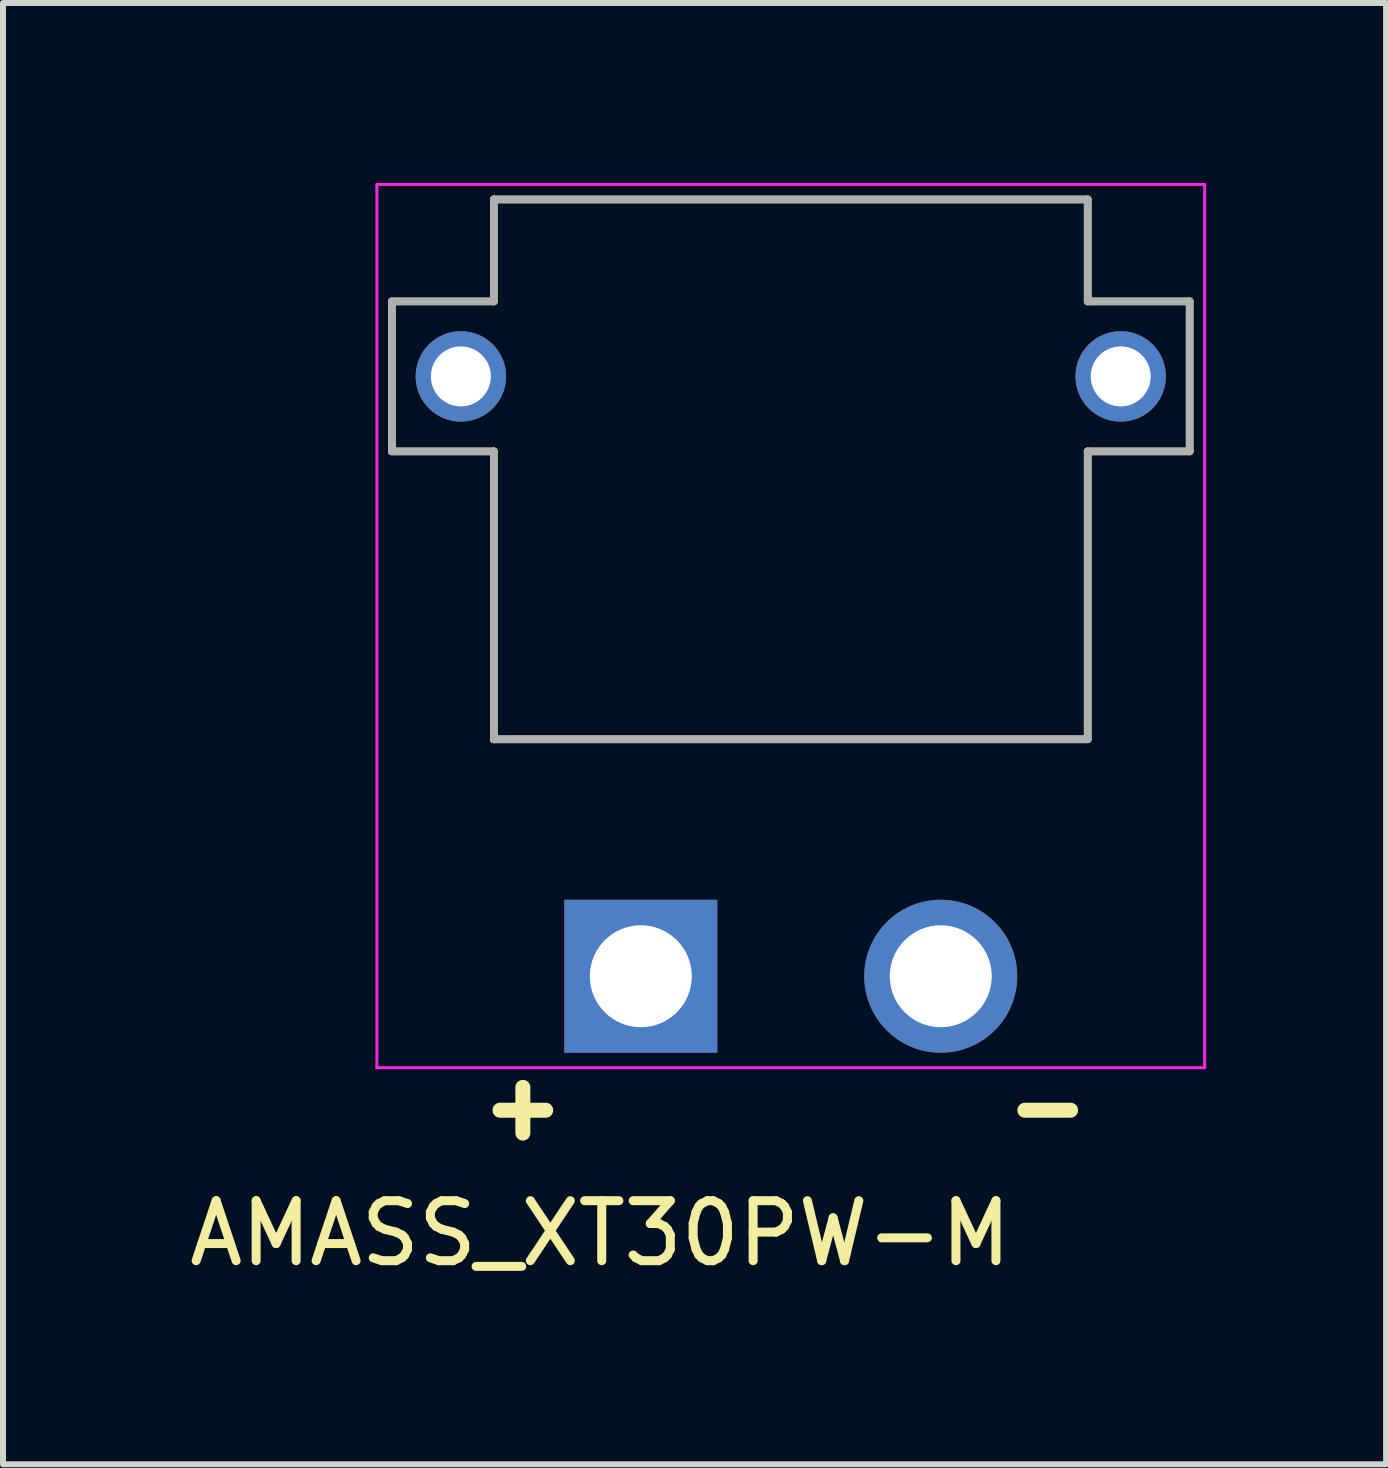
<source format=kicad_pcb>
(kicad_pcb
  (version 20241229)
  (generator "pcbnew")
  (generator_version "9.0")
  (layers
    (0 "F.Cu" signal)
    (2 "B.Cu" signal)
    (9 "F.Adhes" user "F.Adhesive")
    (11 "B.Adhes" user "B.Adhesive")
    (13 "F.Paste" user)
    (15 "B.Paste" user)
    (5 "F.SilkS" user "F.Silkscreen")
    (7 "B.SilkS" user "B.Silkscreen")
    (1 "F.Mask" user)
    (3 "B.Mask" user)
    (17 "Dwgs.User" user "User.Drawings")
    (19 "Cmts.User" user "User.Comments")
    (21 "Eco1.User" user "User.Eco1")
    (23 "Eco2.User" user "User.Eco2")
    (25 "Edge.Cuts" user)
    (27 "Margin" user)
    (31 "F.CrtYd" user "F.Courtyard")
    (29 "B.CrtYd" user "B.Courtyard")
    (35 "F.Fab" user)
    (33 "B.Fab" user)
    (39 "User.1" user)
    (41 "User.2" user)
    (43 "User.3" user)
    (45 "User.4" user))
  (footprint "AMASS_XT30PW-M"
    (layer "F.Cu")
    (at 10.133 3.225)
    (property "Reference" "AMASS_XT30PW-M" (at -3.175 14.287 0) (layer "F.SilkS") (effects (font (size 1 1) (thickness 0.15))))
    (attr through_hole)
    (fp_line (start -6.65 -1.25) (end -4.95 -1.25) (stroke (width 0.127) (type solid)) (layer "F.SilkS"))
    (fp_line (start -6.65 1.25) (end -6.65 -1.25) (stroke (width 0.127) (type solid)) (layer "F.SilkS"))
    (fp_line (start -4.95 -2.95) (end 4.95 -2.95) (stroke (width 0.127) (type solid)) (layer "F.SilkS"))
    (fp_line (start -4.95 -1.25) (end -4.95 -2.95) (stroke (width 0.127) (type solid)) (layer "F.SilkS"))
    (fp_line (start -4.95 1.25) (end -6.65 1.25) (stroke (width 0.127) (type solid)) (layer "F.SilkS"))
    (fp_line (start -4.95 6.05) (end -4.95 1.25) (stroke (width 0.127) (type solid)) (layer "F.SilkS"))
    (fp_line (start 4.95 -2.95) (end 4.95 -1.25) (stroke (width 0.127) (type solid)) (layer "F.SilkS"))
    (fp_line (start 4.95 -1.25) (end 6.65 -1.25) (stroke (width 0.127) (type solid)) (layer "F.SilkS"))
    (fp_line (start 4.95 1.25) (end 4.95 6.05) (stroke (width 0.127) (type solid)) (layer "F.SilkS"))
    (fp_line (start 4.95 6.05) (end -4.95 6.05) (stroke (width 0.127) (type solid)) (layer "F.SilkS"))
    (fp_line (start 6.65 -1.25) (end 6.65 1.25) (stroke (width 0.127) (type solid)) (layer "F.SilkS"))
    (fp_line (start 6.65 1.25) (end 4.95 1.25) (stroke (width 0.127) (type solid)) (layer "F.SilkS"))
    (fp_line (start -6.9 -3.2) (end -6.9 11.525) (stroke (width 0.05) (type solid)) (layer "F.CrtYd"))
    (fp_line (start -6.9 11.525) (end 6.9 11.525) (stroke (width 0.05) (type solid)) (layer "F.CrtYd"))
    (fp_line (start 6.9 -3.2) (end -6.9 -3.2) (stroke (width 0.05) (type solid)) (layer "F.CrtYd"))
    (fp_line (start 6.9 11.525) (end 6.9 -3.2) (stroke (width 0.05) (type solid)) (layer "F.CrtYd"))
    (fp_line (start -6.65 -1.25) (end -4.95 -1.25) (stroke (width 0.127) (type solid)) (layer "F.Fab"))
    (fp_line (start -6.65 1.25) (end -6.65 -1.25) (stroke (width 0.127) (type solid)) (layer "F.Fab"))
    (fp_line (start -4.95 -2.95) (end 4.95 -2.95) (stroke (width 0.127) (type solid)) (layer "F.Fab"))
    (fp_line (start -4.95 -1.25) (end -4.95 -2.95) (stroke (width 0.127) (type solid)) (layer "F.Fab"))
    (fp_line (start -4.95 1.25) (end -6.65 1.25) (stroke (width 0.127) (type solid)) (layer "F.Fab"))
    (fp_line (start -4.95 6.05) (end -4.95 1.25) (stroke (width 0.127) (type solid)) (layer "F.Fab"))
    (fp_line (start 4.95 -2.95) (end 4.95 -1.25) (stroke (width 0.127) (type solid)) (layer "F.Fab"))
    (fp_line (start 4.95 -1.25) (end 6.65 -1.25) (stroke (width 0.127) (type solid)) (layer "F.Fab"))
    (fp_line (start 4.95 1.25) (end 4.95 6.05) (stroke (width 0.127) (type solid)) (layer "F.Fab"))
    (fp_line (start 4.95 6.05) (end -4.95 6.05) (stroke (width 0.127) (type solid)) (layer "F.Fab"))
    (fp_line (start 6.65 -1.25) (end 6.65 1.25) (stroke (width 0.127) (type solid)) (layer "F.Fab"))
    (fp_line (start 6.65 1.25) (end 4.95 1.25) (stroke (width 0.127) (type solid)) (layer "F.Fab"))
    (fp_text user "+" (at -5.25 12.75 0) (unlocked yes) (layer "F.SilkS") (effects (font (size 1 1) (thickness 0.25) (bold yes)) (justify left bottom)))
    (fp_text user "-" (at 3.5 12.75 0) (unlocked yes) (layer "F.SilkS") (effects (font (size 1 1) (thickness 0.25) (bold yes)) (justify left bottom)))
    (pad "N" thru_hole circle (at 2.5 10) (size 2.55 2.55) (drill 1.7) (layers "*.Cu" "*.Mask"))
    (pad "P" thru_hole rect (at -2.5 10) (size 2.55 2.55) (drill 1.7) (layers "*.Cu" "*.Mask"))
    (pad "S1" thru_hole circle (at 5.5 0) (size 1.508 1.508) (drill 1) (layers "*.Cu" "*.Mask"))
    (pad "S2" thru_hole circle (at -5.5 0) (size 1.508 1.508) (drill 1) (layers "*.Cu" "*.Mask")))
  (gr_rect
    (start -3 -3)
    (end 20.058 21.361)
    (stroke (width 0.1) (type default))
    (fill no)
    (layer "Edge.Cuts")))
</source>
